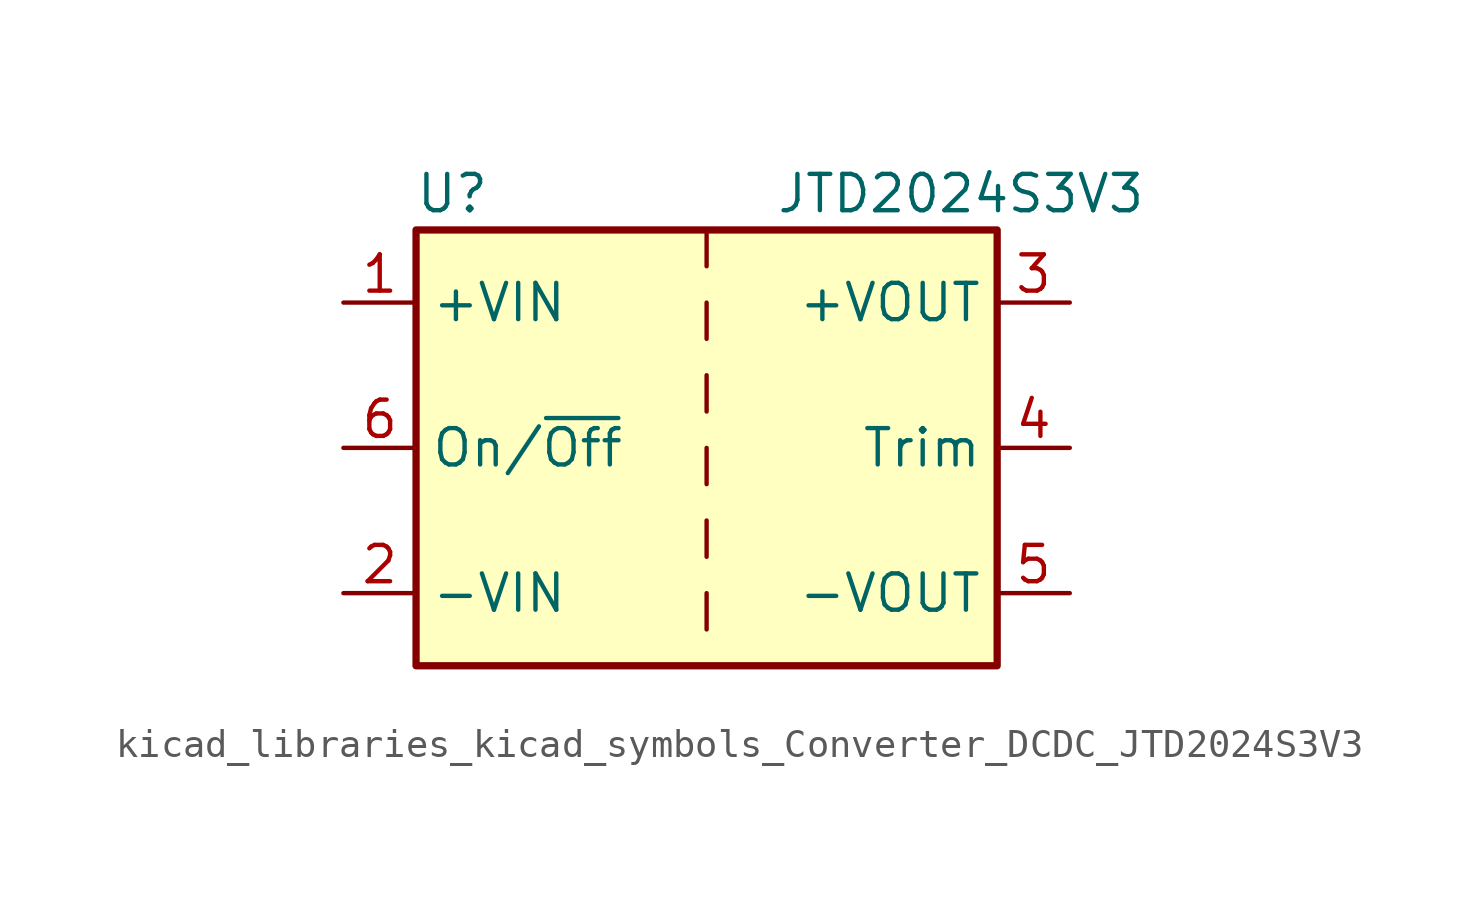
<source format=kicad_sym>
(kicad_symbol_lib
  (version 20220914)
  (generator kicad_symbol_editor)
  (symbol "kicad_libraries_kicad_symbols_Converter_DCDC_JTD2024S3V3"
    (property "Reference" "U"
      (at -8.89 8.89 0)
      (effects (font (size 1.27 1.27))))
    (property "Value" "JTD2024S3V3"
      (at 8.89 8.89 0)
      (effects (font (size 1.27 1.27))))
    (symbol "kicad_libraries_kicad_symbols_Converter_DCDC_JTD2024S3V3_0_1"
      (rectangle (start -10.16 7.62) (end 10.16 -7.62) (stroke (width 0.254) (type default)) (fill (type background)))
      (polyline (pts (xy 0 -5.08) (xy 0 -6.35)) (stroke (width 0) (type default)) (fill (type none)))
      (polyline (pts (xy 0 -2.54) (xy 0 -3.81)) (stroke (width 0) (type default)) (fill (type none)))
      (polyline (pts (xy 0 0) (xy 0 -1.27)) (stroke (width 0) (type default)) (fill (type none)))
      (polyline (pts (xy 0 2.54) (xy 0 1.27)) (stroke (width 0) (type default)) (fill (type none)))
      (polyline (pts (xy 0 5.08) (xy 0 3.81)) (stroke (width 0) (type default)) (fill (type none)))
      (polyline (pts (xy 0 7.62) (xy 0 6.35)) (stroke (width 0) (type default)) (fill (type none))))
    (symbol "kicad_libraries_kicad_symbols_Converter_DCDC_JTD2024S3V3_1_1"
      (pin power_in line (at -12.7 5.08 0) (length 2.54) (name "+VIN" (effects (font (size 1.27 1.27)))) (number "1" (effects (font (size 1.27 1.27)))))
      (pin power_in line (at -12.7 -5.08 0) (length 2.54) (name "-VIN" (effects (font (size 1.27 1.27)))) (number "2" (effects (font (size 1.27 1.27)))))
      (pin power_out line (at 12.7 5.08 180) (length 2.54) (name "+VOUT" (effects (font (size 1.27 1.27)))) (number "3" (effects (font (size 1.27 1.27)))))
      (pin input line (at 12.7 0 180) (length 2.54) (name "Trim" (effects (font (size 1.27 1.27)))) (number "4" (effects (font (size 1.27 1.27)))))
      (pin power_out line (at 12.7 -5.08 180) (length 2.54) (name "-VOUT" (effects (font (size 1.27 1.27)))) (number "5" (effects (font (size 1.27 1.27)))))
      (pin input line (at -12.7 0 0) (length 2.54) (name "On/~{Off}" (effects (font (size 1.27 1.27)))) (number "6" (effects (font (size 1.27 1.27))))))))
</source>
